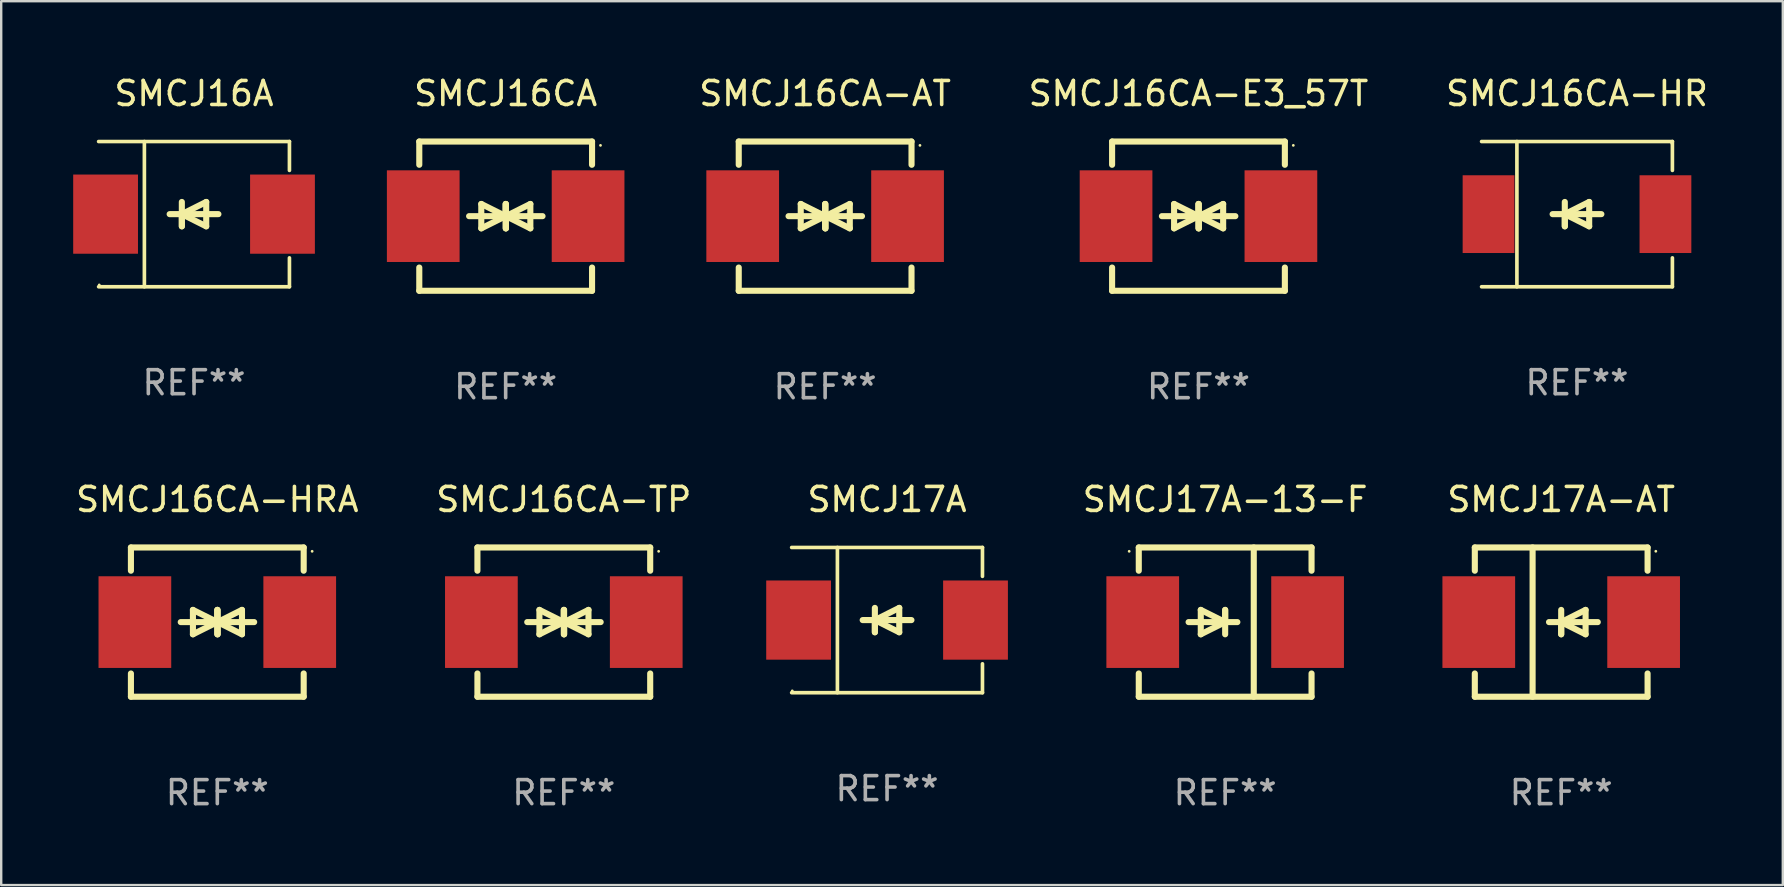
<source format=kicad_pcb>
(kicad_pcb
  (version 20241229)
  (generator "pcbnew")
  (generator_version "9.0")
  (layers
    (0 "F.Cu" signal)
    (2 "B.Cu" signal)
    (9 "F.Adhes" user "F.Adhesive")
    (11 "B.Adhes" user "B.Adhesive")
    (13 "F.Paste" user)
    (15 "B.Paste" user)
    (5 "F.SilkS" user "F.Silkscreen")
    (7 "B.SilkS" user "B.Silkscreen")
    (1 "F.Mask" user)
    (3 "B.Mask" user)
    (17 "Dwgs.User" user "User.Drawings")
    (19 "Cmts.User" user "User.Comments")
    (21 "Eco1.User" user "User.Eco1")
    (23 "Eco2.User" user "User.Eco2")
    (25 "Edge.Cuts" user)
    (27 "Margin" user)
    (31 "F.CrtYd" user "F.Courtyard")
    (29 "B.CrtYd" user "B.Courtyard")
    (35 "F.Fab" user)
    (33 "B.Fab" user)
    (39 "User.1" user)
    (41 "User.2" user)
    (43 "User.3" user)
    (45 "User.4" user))
  (footprint "SMCJ16CA-E3_57T"
    (layer "F.Cu")
    (at 46.895 5.958)
    (property "Reference" "SMCJ16CA-E3_57T" (at 0 -5.11 0) (layer "F.SilkS") (effects (font (size 1 1) (thickness 0.15))))
    (attr through_hole)
    (fp_line (start -3.6 -2.141) (end -3.6 -3.11) (stroke (width 0.254) (type solid)) (layer "F.SilkS"))
    (fp_line (start -3.6 3.11) (end -3.6 2.141) (stroke (width 0.254) (type solid)) (layer "F.SilkS"))
    (fp_line (start -1.524 0) (end 0.508 0) (stroke (width 0.254) (type solid)) (layer "F.SilkS"))
    (fp_line (start -1.016 -0.508) (end -1.016 0.508) (stroke (width 0.254) (type solid)) (layer "F.SilkS"))
    (fp_line (start -1.016 0.508) (end 0 0) (stroke (width 0.254) (type solid)) (layer "F.SilkS"))
    (fp_line (start 0 -0.508) (end 0 0.508) (stroke (width 0.254) (type solid)) (layer "F.SilkS"))
    (fp_line (start 0 0) (end -1.016 -0.508) (stroke (width 0.254) (type solid)) (layer "F.SilkS"))
    (fp_line (start 0 0) (end 0 -0.508) (stroke (width 0.254) (type solid)) (layer "F.SilkS"))
    (fp_line (start 0.012 0) (end 0.012 0.508) (stroke (width 0.254) (type solid)) (layer "F.SilkS"))
    (fp_line (start 0.012 0) (end 1.028 0.508) (stroke (width 0.254) (type solid)) (layer "F.SilkS"))
    (fp_line (start 0.012 0.508) (end 0.012 -0.508) (stroke (width 0.254) (type solid)) (layer "F.SilkS"))
    (fp_line (start 1.028 -0.508) (end 0.012 0) (stroke (width 0.254) (type solid)) (layer "F.SilkS"))
    (fp_line (start 1.028 0.508) (end 1.028 -0.508) (stroke (width 0.254) (type solid)) (layer "F.SilkS"))
    (fp_line (start 1.536 0) (end -0.496 0) (stroke (width 0.254) (type solid)) (layer "F.SilkS"))
    (fp_line (start 3.6 -3.11) (end -3.6 -3.11) (stroke (width 0.254) (type solid)) (layer "F.SilkS"))
    (fp_line (start 3.6 -2.141) (end 3.6 -3.11) (stroke (width 0.254) (type solid)) (layer "F.SilkS"))
    (fp_line (start 3.6 3.11) (end -3.6 3.11) (stroke (width 0.254) (type solid)) (layer "F.SilkS"))
    (fp_line (start 3.6 3.11) (end 3.6 2.141) (stroke (width 0.254) (type solid)) (layer "F.SilkS"))
    (fp_circle (center 3.952 -2.95) (end 3.982 -2.95) (stroke (width 0.06) (type solid)) (fill no) (layer "F.SilkS"))
    (fp_text user "REF**" (at 0 7.11 0) (layer "F.Fab") (effects (font (size 1 1) (thickness 0.15))))
    (pad "1" smd rect (at 3.435 0) (size 3.03 3.82) (layers "F.Cu" "F.Mask" "F.Paste"))
    (pad "2" smd rect (at -3.435 0) (size 3.03 3.82) (layers "F.Cu" "F.Mask" "F.Paste")))
  (footprint "SMCJ16CA-HRA"
    (layer "F.Cu")
    (at 6.006 22.875)
    (property "Reference" "SMCJ16CA-HRA" (at 0 -5.11 0) (layer "F.SilkS") (effects (font (size 1 1) (thickness 0.15))))
    (attr through_hole)
    (fp_line (start -3.6 -2.141) (end -3.6 -3.11) (stroke (width 0.254) (type solid)) (layer "F.SilkS"))
    (fp_line (start -3.6 3.11) (end -3.6 2.141) (stroke (width 0.254) (type solid)) (layer "F.SilkS"))
    (fp_line (start -1.524 0) (end 0.508 0) (stroke (width 0.254) (type solid)) (layer "F.SilkS"))
    (fp_line (start -1.016 -0.508) (end -1.016 0.508) (stroke (width 0.254) (type solid)) (layer "F.SilkS"))
    (fp_line (start -1.016 0.508) (end 0 0) (stroke (width 0.254) (type solid)) (layer "F.SilkS"))
    (fp_line (start 0 -0.508) (end 0 0.508) (stroke (width 0.254) (type solid)) (layer "F.SilkS"))
    (fp_line (start 0 0) (end -1.016 -0.508) (stroke (width 0.254) (type solid)) (layer "F.SilkS"))
    (fp_line (start 0 0) (end 0 -0.508) (stroke (width 0.254) (type solid)) (layer "F.SilkS"))
    (fp_line (start 0.012 0) (end 0.012 0.508) (stroke (width 0.254) (type solid)) (layer "F.SilkS"))
    (fp_line (start 0.012 0) (end 1.028 0.508) (stroke (width 0.254) (type solid)) (layer "F.SilkS"))
    (fp_line (start 0.012 0.508) (end 0.012 -0.508) (stroke (width 0.254) (type solid)) (layer "F.SilkS"))
    (fp_line (start 1.028 -0.508) (end 0.012 0) (stroke (width 0.254) (type solid)) (layer "F.SilkS"))
    (fp_line (start 1.028 0.508) (end 1.028 -0.508) (stroke (width 0.254) (type solid)) (layer "F.SilkS"))
    (fp_line (start 1.536 0) (end -0.496 0) (stroke (width 0.254) (type solid)) (layer "F.SilkS"))
    (fp_line (start 3.6 -3.11) (end -3.6 -3.11) (stroke (width 0.254) (type solid)) (layer "F.SilkS"))
    (fp_line (start 3.6 -2.141) (end 3.6 -3.11) (stroke (width 0.254) (type solid)) (layer "F.SilkS"))
    (fp_line (start 3.6 3.11) (end -3.6 3.11) (stroke (width 0.254) (type solid)) (layer "F.SilkS"))
    (fp_line (start 3.6 3.11) (end 3.6 2.141) (stroke (width 0.254) (type solid)) (layer "F.SilkS"))
    (fp_circle (center 3.952 -2.95) (end 3.982 -2.95) (stroke (width 0.06) (type solid)) (fill no) (layer "F.SilkS"))
    (fp_text user "REF**" (at 0 7.11 0) (layer "F.Fab") (effects (font (size 1 1) (thickness 0.15))))
    (pad "1" smd rect (at 3.435 0) (size 3.03 3.82) (layers "F.Cu" "F.Mask" "F.Paste"))
    (pad "2" smd rect (at -3.435 0) (size 3.03 3.82) (layers "F.Cu" "F.Mask" "F.Paste")))
  (footprint "SMCJ17A"
    (layer "F.Cu")
    (at 33.917 22.791)
    (property "Reference" "SMCJ17A" (at 0 -5.026 0) (layer "F.SilkS") (effects (font (size 1 1) (thickness 0.15))))
    (attr through_hole)
    (fp_line (start -3.976 -3.026) (end 3.976 -3.026) (stroke (width 0.152) (type solid)) (layer "F.SilkS"))
    (fp_line (start -3.976 3.026) (end 3.976 3.026) (stroke (width 0.152) (type solid)) (layer "F.SilkS"))
    (fp_line (start -2.069 -3.026) (end -2.069 3.026) (stroke (width 0.152) (type solid)) (layer "F.SilkS"))
    (fp_line (start -0.508 0) (end -0.508 0.508) (stroke (width 0.254) (type solid)) (layer "F.SilkS"))
    (fp_line (start -0.508 0) (end 0.508 0.508) (stroke (width 0.254) (type solid)) (layer "F.SilkS"))
    (fp_line (start -0.508 0.508) (end -0.508 -0.508) (stroke (width 0.254) (type solid)) (layer "F.SilkS"))
    (fp_line (start 0.508 -0.508) (end -0.508 0) (stroke (width 0.254) (type solid)) (layer "F.SilkS"))
    (fp_line (start 0.508 0.508) (end 0.508 -0.508) (stroke (width 0.254) (type solid)) (layer "F.SilkS"))
    (fp_line (start 1.016 0) (end -1.016 0) (stroke (width 0.254) (type solid)) (layer "F.SilkS"))
    (fp_line (start 3.976 -3.026) (end 3.976 -1.823) (stroke (width 0.152) (type solid)) (layer "F.SilkS"))
    (fp_line (start 3.976 3.026) (end 3.976 1.823) (stroke (width 0.152) (type solid)) (layer "F.SilkS"))
    (fp_circle (center -3.95 2.95) (end -3.92 2.95) (stroke (width 0.06) (type solid)) (fill no) (layer "F.SilkS"))
    (fp_text user "REF**" (at 0 7.026 0) (layer "F.Fab") (effects (font (size 1 1) (thickness 0.15))))
    (pad "1" smd rect (at -3.686 0) (size 2.7 3.3) (layers "F.Cu" "F.Mask" "F.Paste"))
    (pad "2" smd rect (at 3.686 0) (size 2.7 3.3) (layers "F.Cu" "F.Mask" "F.Paste")))
  (footprint "SMCJ17A-AT"
    (layer "F.Cu")
    (at 62.011 22.875)
    (property "Reference" "SMCJ17A-AT" (at 0 -5.11 0) (layer "F.SilkS") (effects (font (size 1 1) (thickness 0.15))))
    (attr through_hole)
    (fp_line (start -3.6 -3.11) (end -3.6 -2.141) (stroke (width 0.254) (type solid)) (layer "F.SilkS"))
    (fp_line (start -3.6 -3.11) (end 3.6 -3.11) (stroke (width 0.254) (type solid)) (layer "F.SilkS"))
    (fp_line (start -3.6 2.141) (end -3.6 3.11) (stroke (width 0.254) (type solid)) (layer "F.SilkS"))
    (fp_line (start -3.6 3.11) (end 3.6 3.11) (stroke (width 0.254) (type solid)) (layer "F.SilkS"))
    (fp_line (start -1.192 -3.11) (end -1.192 3.11) (stroke (width 0.254) (type solid)) (layer "F.SilkS"))
    (fp_line (start 0 0) (end 0 0.508) (stroke (width 0.254) (type solid)) (layer "F.SilkS"))
    (fp_line (start 0 0) (end 1.016 0.508) (stroke (width 0.254) (type solid)) (layer "F.SilkS"))
    (fp_line (start 0 0.508) (end 0 -0.508) (stroke (width 0.254) (type solid)) (layer "F.SilkS"))
    (fp_line (start 1.016 -0.508) (end 0 0) (stroke (width 0.254) (type solid)) (layer "F.SilkS"))
    (fp_line (start 1.016 0.508) (end 1.016 -0.508) (stroke (width 0.254) (type solid)) (layer "F.SilkS"))
    (fp_line (start 1.524 0) (end -0.508 0) (stroke (width 0.254) (type solid)) (layer "F.SilkS"))
    (fp_line (start 3.6 -3.11) (end 3.6 -2.141) (stroke (width 0.254) (type solid)) (layer "F.SilkS"))
    (fp_line (start 3.6 2.141) (end 3.6 3.11) (stroke (width 0.254) (type solid)) (layer "F.SilkS"))
    (fp_circle (center 3.943 -2.952) (end 3.973 -2.952) (stroke (width 0.06) (type solid)) (fill no) (layer "F.SilkS"))
    (fp_text user "REF**" (at 0 7.11 0) (layer "F.Fab") (effects (font (size 1 1) (thickness 0.15))))
    (pad "1" smd rect (at 3.435 0 180) (size 3.03 3.82) (layers "F.Cu" "F.Mask" "F.Paste"))
    (pad "2" smd rect (at -3.435 0 180) (size 3.03 3.82) (layers "F.Cu" "F.Mask" "F.Paste")))
  (footprint "SMCJ16A"
    (layer "F.Cu")
    (at 5.036 5.874)
    (property "Reference" "SMCJ16A" (at 0 -5.026 0) (layer "F.SilkS") (effects (font (size 1 1) (thickness 0.15))))
    (attr through_hole)
    (fp_line (start -3.976 -3.026) (end 3.976 -3.026) (stroke (width 0.152) (type solid)) (layer "F.SilkS"))
    (fp_line (start -3.976 3.026) (end 3.976 3.026) (stroke (width 0.152) (type solid)) (layer "F.SilkS"))
    (fp_line (start -2.069 -3.026) (end -2.069 3.026) (stroke (width 0.152) (type solid)) (layer "F.SilkS"))
    (fp_line (start -0.508 0) (end -0.508 0.508) (stroke (width 0.254) (type solid)) (layer "F.SilkS"))
    (fp_line (start -0.508 0) (end 0.508 0.508) (stroke (width 0.254) (type solid)) (layer "F.SilkS"))
    (fp_line (start -0.508 0.508) (end -0.508 -0.508) (stroke (width 0.254) (type solid)) (layer "F.SilkS"))
    (fp_line (start 0.508 -0.508) (end -0.508 0) (stroke (width 0.254) (type solid)) (layer "F.SilkS"))
    (fp_line (start 0.508 0.508) (end 0.508 -0.508) (stroke (width 0.254) (type solid)) (layer "F.SilkS"))
    (fp_line (start 1.016 0) (end -1.016 0) (stroke (width 0.254) (type solid)) (layer "F.SilkS"))
    (fp_line (start 3.976 -3.026) (end 3.976 -1.823) (stroke (width 0.152) (type solid)) (layer "F.SilkS"))
    (fp_line (start 3.976 3.026) (end 3.976 1.823) (stroke (width 0.152) (type solid)) (layer "F.SilkS"))
    (fp_circle (center -3.95 2.95) (end -3.92 2.95) (stroke (width 0.06) (type solid)) (fill no) (layer "F.SilkS"))
    (fp_text user "REF**" (at 0 7.026 0) (layer "F.Fab") (effects (font (size 1 1) (thickness 0.15))))
    (pad "1" smd rect (at -3.686 0) (size 2.7 3.3) (layers "F.Cu" "F.Mask" "F.Paste"))
    (pad "2" smd rect (at 3.686 0) (size 2.7 3.3) (layers "F.Cu" "F.Mask" "F.Paste")))
  (footprint "SMCJ16CA-HR"
    (layer "F.Cu")
    (at 62.669 5.874)
    (property "Reference" "SMCJ16CA-HR" (at 0 -5.026 0) (layer "F.SilkS") (effects (font (size 1 1) (thickness 0.15))))
    (attr through_hole)
    (fp_line (start -3.976 -3.026) (end 3.976 -3.026) (stroke (width 0.152) (type solid)) (layer "F.SilkS"))
    (fp_line (start -3.976 3.026) (end 3.976 3.026) (stroke (width 0.152) (type solid)) (layer "F.SilkS"))
    (fp_line (start -2.504 -3.026) (end -2.504 3.026) (stroke (width 0.152) (type solid)) (layer "F.SilkS"))
    (fp_line (start -0.508 0) (end -0.508 0.508) (stroke (width 0.254) (type solid)) (layer "F.SilkS"))
    (fp_line (start -0.508 0) (end 0.508 0.508) (stroke (width 0.254) (type solid)) (layer "F.SilkS"))
    (fp_line (start -0.508 0.508) (end -0.508 -0.508) (stroke (width 0.254) (type solid)) (layer "F.SilkS"))
    (fp_line (start 0.508 -0.508) (end -0.508 0) (stroke (width 0.254) (type solid)) (layer "F.SilkS"))
    (fp_line (start 0.508 0.508) (end 0.508 -0.508) (stroke (width 0.254) (type solid)) (layer "F.SilkS"))
    (fp_line (start 1.016 0) (end -1.016 0) (stroke (width 0.254) (type solid)) (layer "F.SilkS"))
    (fp_line (start 3.976 -3.026) (end 3.976 -1.823) (stroke (width 0.152) (type solid)) (layer "F.SilkS"))
    (fp_line (start 3.976 3.026) (end 3.976 1.823) (stroke (width 0.152) (type solid)) (layer "F.SilkS"))
    (fp_circle (center 3.95 -2.95) (end 3.98 -2.95) (stroke (width 0.06) (type solid)) (fill no) (layer "F.SilkS"))
    (fp_text user "REF**" (at 0 7.026 0) (layer "F.Fab") (effects (font (size 1 1) (thickness 0.15))))
    (pad "1" smd rect (at 3.686 0 180) (size 2.158 3.24) (layers "F.Cu" "F.Mask" "F.Paste"))
    (pad "2" smd rect (at -3.686 0 180) (size 2.158 3.24) (layers "F.Cu" "F.Mask" "F.Paste")))
  (footprint "SMCJ16CA-AT"
    (layer "F.Cu")
    (at 31.336 5.958)
    (property "Reference" "SMCJ16CA-AT" (at 0 -5.11 0) (layer "F.SilkS") (effects (font (size 1 1) (thickness 0.15))))
    (attr through_hole)
    (fp_line (start -3.6 -2.141) (end -3.6 -3.11) (stroke (width 0.254) (type solid)) (layer "F.SilkS"))
    (fp_line (start -3.6 3.11) (end -3.6 2.141) (stroke (width 0.254) (type solid)) (layer "F.SilkS"))
    (fp_line (start -1.524 0) (end 0.508 0) (stroke (width 0.254) (type solid)) (layer "F.SilkS"))
    (fp_line (start -1.016 -0.508) (end -1.016 0.508) (stroke (width 0.254) (type solid)) (layer "F.SilkS"))
    (fp_line (start -1.016 0.508) (end 0 0) (stroke (width 0.254) (type solid)) (layer "F.SilkS"))
    (fp_line (start 0 -0.508) (end 0 0.508) (stroke (width 0.254) (type solid)) (layer "F.SilkS"))
    (fp_line (start 0 0) (end -1.016 -0.508) (stroke (width 0.254) (type solid)) (layer "F.SilkS"))
    (fp_line (start 0 0) (end 0 -0.508) (stroke (width 0.254) (type solid)) (layer "F.SilkS"))
    (fp_line (start 0.012 0) (end 0.012 0.508) (stroke (width 0.254) (type solid)) (layer "F.SilkS"))
    (fp_line (start 0.012 0) (end 1.028 0.508) (stroke (width 0.254) (type solid)) (layer "F.SilkS"))
    (fp_line (start 0.012 0.508) (end 0.012 -0.508) (stroke (width 0.254) (type solid)) (layer "F.SilkS"))
    (fp_line (start 1.028 -0.508) (end 0.012 0) (stroke (width 0.254) (type solid)) (layer "F.SilkS"))
    (fp_line (start 1.028 0.508) (end 1.028 -0.508) (stroke (width 0.254) (type solid)) (layer "F.SilkS"))
    (fp_line (start 1.536 0) (end -0.496 0) (stroke (width 0.254) (type solid)) (layer "F.SilkS"))
    (fp_line (start 3.6 -3.11) (end -3.6 -3.11) (stroke (width 0.254) (type solid)) (layer "F.SilkS"))
    (fp_line (start 3.6 -2.141) (end 3.6 -3.11) (stroke (width 0.254) (type solid)) (layer "F.SilkS"))
    (fp_line (start 3.6 3.11) (end -3.6 3.11) (stroke (width 0.254) (type solid)) (layer "F.SilkS"))
    (fp_line (start 3.6 3.11) (end 3.6 2.141) (stroke (width 0.254) (type solid)) (layer "F.SilkS"))
    (fp_circle (center 3.952 -2.95) (end 3.982 -2.95) (stroke (width 0.06) (type solid)) (fill no) (layer "F.SilkS"))
    (fp_text user "REF**" (at 0 7.11 0) (layer "F.Fab") (effects (font (size 1 1) (thickness 0.15))))
    (pad "1" smd rect (at 3.435 0) (size 3.03 3.82) (layers "F.Cu" "F.Mask" "F.Paste"))
    (pad "2" smd rect (at -3.435 0) (size 3.03 3.82) (layers "F.Cu" "F.Mask" "F.Paste")))
  (footprint "SMCJ16CA"
    (layer "F.Cu")
    (at 18.023 5.958)
    (property "Reference" "SMCJ16CA" (at 0 -5.11 0) (layer "F.SilkS") (effects (font (size 1 1) (thickness 0.15))))
    (attr through_hole)
    (fp_line (start -3.6 -2.141) (end -3.6 -3.11) (stroke (width 0.254) (type solid)) (layer "F.SilkS"))
    (fp_line (start -3.6 3.11) (end -3.6 2.141) (stroke (width 0.254) (type solid)) (layer "F.SilkS"))
    (fp_line (start -1.524 0) (end 0.508 0) (stroke (width 0.254) (type solid)) (layer "F.SilkS"))
    (fp_line (start -1.016 -0.508) (end -1.016 0.508) (stroke (width 0.254) (type solid)) (layer "F.SilkS"))
    (fp_line (start -1.016 0.508) (end 0 0) (stroke (width 0.254) (type solid)) (layer "F.SilkS"))
    (fp_line (start 0 -0.508) (end 0 0.508) (stroke (width 0.254) (type solid)) (layer "F.SilkS"))
    (fp_line (start 0 0) (end -1.016 -0.508) (stroke (width 0.254) (type solid)) (layer "F.SilkS"))
    (fp_line (start 0 0) (end 0 -0.508) (stroke (width 0.254) (type solid)) (layer "F.SilkS"))
    (fp_line (start 0.012 0) (end 0.012 0.508) (stroke (width 0.254) (type solid)) (layer "F.SilkS"))
    (fp_line (start 0.012 0) (end 1.028 0.508) (stroke (width 0.254) (type solid)) (layer "F.SilkS"))
    (fp_line (start 0.012 0.508) (end 0.012 -0.508) (stroke (width 0.254) (type solid)) (layer "F.SilkS"))
    (fp_line (start 1.028 -0.508) (end 0.012 0) (stroke (width 0.254) (type solid)) (layer "F.SilkS"))
    (fp_line (start 1.028 0.508) (end 1.028 -0.508) (stroke (width 0.254) (type solid)) (layer "F.SilkS"))
    (fp_line (start 1.536 0) (end -0.496 0) (stroke (width 0.254) (type solid)) (layer "F.SilkS"))
    (fp_line (start 3.6 -3.11) (end -3.6 -3.11) (stroke (width 0.254) (type solid)) (layer "F.SilkS"))
    (fp_line (start 3.6 -2.141) (end 3.6 -3.11) (stroke (width 0.254) (type solid)) (layer "F.SilkS"))
    (fp_line (start 3.6 3.11) (end -3.6 3.11) (stroke (width 0.254) (type solid)) (layer "F.SilkS"))
    (fp_line (start 3.6 3.11) (end 3.6 2.141) (stroke (width 0.254) (type solid)) (layer "F.SilkS"))
    (fp_circle (center 3.952 -2.95) (end 3.982 -2.95) (stroke (width 0.06) (type solid)) (fill no) (layer "F.SilkS"))
    (fp_text user "REF**" (at 0 7.11 0) (layer "F.Fab") (effects (font (size 1 1) (thickness 0.15))))
    (pad "1" smd rect (at 3.435 0) (size 3.03 3.82) (layers "F.Cu" "F.Mask" "F.Paste"))
    (pad "2" smd rect (at -3.435 0) (size 3.03 3.82) (layers "F.Cu" "F.Mask" "F.Paste")))
  (footprint "SMCJ17A-13-F"
    (layer "F.Cu")
    (at 48.007 22.875)
    (property "Reference" "SMCJ17A-13-F" (at 0 -5.11 0) (layer "F.SilkS") (effects (font (size 1 1) (thickness 0.15))))
    (attr through_hole)
    (fp_line (start -3.6 -2.141) (end -3.6 -3.11) (stroke (width 0.254) (type solid)) (layer "F.SilkS"))
    (fp_line (start -3.6 3.11) (end -3.6 2.141) (stroke (width 0.254) (type solid)) (layer "F.SilkS"))
    (fp_line (start -1.524 0) (end 0.508 0) (stroke (width 0.254) (type solid)) (layer "F.SilkS"))
    (fp_line (start -1.016 -0.508) (end -1.016 0.508) (stroke (width 0.254) (type solid)) (layer "F.SilkS"))
    (fp_line (start -1.016 0.508) (end 0 0) (stroke (width 0.254) (type solid)) (layer "F.SilkS"))
    (fp_line (start 0 -0.508) (end 0 0.508) (stroke (width 0.254) (type solid)) (layer "F.SilkS"))
    (fp_line (start 0 0) (end -1.016 -0.508) (stroke (width 0.254) (type solid)) (layer "F.SilkS"))
    (fp_line (start 0 0) (end 0 -0.508) (stroke (width 0.254) (type solid)) (layer "F.SilkS"))
    (fp_line (start 1.192 3.11) (end 1.192 -3.11) (stroke (width 0.254) (type solid)) (layer "F.SilkS"))
    (fp_line (start 3.6 -3.11) (end -3.6 -3.11) (stroke (width 0.254) (type solid)) (layer "F.SilkS"))
    (fp_line (start 3.6 -2.141) (end 3.6 -3.11) (stroke (width 0.254) (type solid)) (layer "F.SilkS"))
    (fp_line (start 3.6 3.11) (end -3.6 3.11) (stroke (width 0.254) (type solid)) (layer "F.SilkS"))
    (fp_line (start 3.6 3.11) (end 3.6 2.141) (stroke (width 0.254) (type solid)) (layer "F.SilkS"))
    (fp_circle (center -4 -2.95) (end -3.97 -2.95) (stroke (width 0.06) (type solid)) (fill no) (layer "F.SilkS"))
    (fp_text user "REF**" (at 0 7.11 0) (layer "F.Fab") (effects (font (size 1 1) (thickness 0.15))))
    (pad "1" smd rect (at -3.435 0) (size 3.03 3.82) (layers "F.Cu" "F.Mask" "F.Paste"))
    (pad "2" smd rect (at 3.435 0) (size 3.03 3.82) (layers "F.Cu" "F.Mask" "F.Paste")))
  (footprint "SMCJ16CA-TP"
    (layer "F.Cu")
    (at 20.446 22.875)
    (property "Reference" "SMCJ16CA-TP" (at 0 -5.11 0) (layer "F.SilkS") (effects (font (size 1 1) (thickness 0.15))))
    (attr through_hole)
    (fp_line (start -3.6 -2.141) (end -3.6 -3.11) (stroke (width 0.254) (type solid)) (layer "F.SilkS"))
    (fp_line (start -3.6 3.11) (end -3.6 2.141) (stroke (width 0.254) (type solid)) (layer "F.SilkS"))
    (fp_line (start -1.524 0) (end 0.508 0) (stroke (width 0.254) (type solid)) (layer "F.SilkS"))
    (fp_line (start -1.016 -0.508) (end -1.016 0.508) (stroke (width 0.254) (type solid)) (layer "F.SilkS"))
    (fp_line (start -1.016 0.508) (end 0 0) (stroke (width 0.254) (type solid)) (layer "F.SilkS"))
    (fp_line (start 0 -0.508) (end 0 0.508) (stroke (width 0.254) (type solid)) (layer "F.SilkS"))
    (fp_line (start 0 0) (end -1.016 -0.508) (stroke (width 0.254) (type solid)) (layer "F.SilkS"))
    (fp_line (start 0 0) (end 0 -0.508) (stroke (width 0.254) (type solid)) (layer "F.SilkS"))
    (fp_line (start 0.012 0) (end 0.012 0.508) (stroke (width 0.254) (type solid)) (layer "F.SilkS"))
    (fp_line (start 0.012 0) (end 1.028 0.508) (stroke (width 0.254) (type solid)) (layer "F.SilkS"))
    (fp_line (start 0.012 0.508) (end 0.012 -0.508) (stroke (width 0.254) (type solid)) (layer "F.SilkS"))
    (fp_line (start 1.028 -0.508) (end 0.012 0) (stroke (width 0.254) (type solid)) (layer "F.SilkS"))
    (fp_line (start 1.028 0.508) (end 1.028 -0.508) (stroke (width 0.254) (type solid)) (layer "F.SilkS"))
    (fp_line (start 1.536 0) (end -0.496 0) (stroke (width 0.254) (type solid)) (layer "F.SilkS"))
    (fp_line (start 3.6 -3.11) (end -3.6 -3.11) (stroke (width 0.254) (type solid)) (layer "F.SilkS"))
    (fp_line (start 3.6 -2.141) (end 3.6 -3.11) (stroke (width 0.254) (type solid)) (layer "F.SilkS"))
    (fp_line (start 3.6 3.11) (end -3.6 3.11) (stroke (width 0.254) (type solid)) (layer "F.SilkS"))
    (fp_line (start 3.6 3.11) (end 3.6 2.141) (stroke (width 0.254) (type solid)) (layer "F.SilkS"))
    (fp_circle (center 3.952 -2.95) (end 3.982 -2.95) (stroke (width 0.06) (type solid)) (fill no) (layer "F.SilkS"))
    (fp_text user "REF**" (at 0 7.11 0) (layer "F.Fab") (effects (font (size 1 1) (thickness 0.15))))
    (pad "1" smd rect (at 3.435 0) (size 3.03 3.82) (layers "F.Cu" "F.Mask" "F.Paste"))
    (pad "2" smd rect (at -3.435 0) (size 3.03 3.82) (layers "F.Cu" "F.Mask" "F.Paste")))
  (gr_rect
    (start -3 -3)
    (end 71.246 33.833)
    (stroke (width 0.1) (type default))
    (fill no)
    (layer "Edge.Cuts")))
</source>
